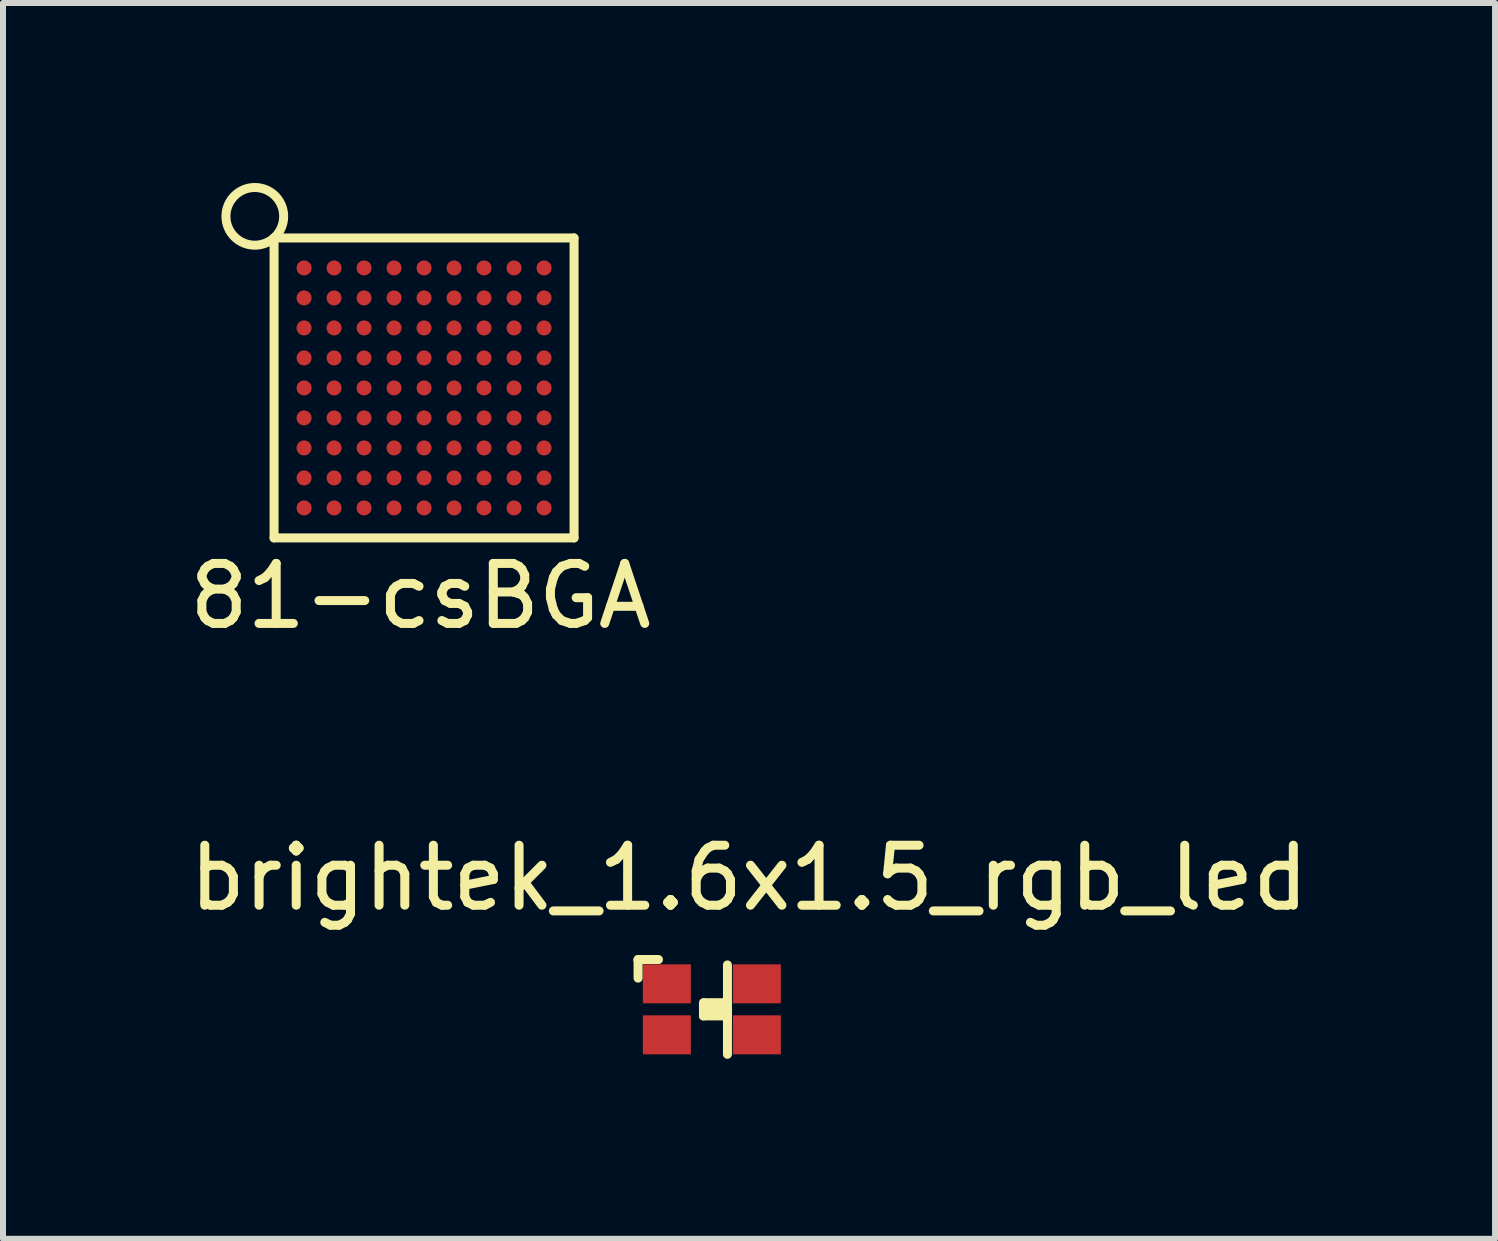
<source format=kicad_pcb>
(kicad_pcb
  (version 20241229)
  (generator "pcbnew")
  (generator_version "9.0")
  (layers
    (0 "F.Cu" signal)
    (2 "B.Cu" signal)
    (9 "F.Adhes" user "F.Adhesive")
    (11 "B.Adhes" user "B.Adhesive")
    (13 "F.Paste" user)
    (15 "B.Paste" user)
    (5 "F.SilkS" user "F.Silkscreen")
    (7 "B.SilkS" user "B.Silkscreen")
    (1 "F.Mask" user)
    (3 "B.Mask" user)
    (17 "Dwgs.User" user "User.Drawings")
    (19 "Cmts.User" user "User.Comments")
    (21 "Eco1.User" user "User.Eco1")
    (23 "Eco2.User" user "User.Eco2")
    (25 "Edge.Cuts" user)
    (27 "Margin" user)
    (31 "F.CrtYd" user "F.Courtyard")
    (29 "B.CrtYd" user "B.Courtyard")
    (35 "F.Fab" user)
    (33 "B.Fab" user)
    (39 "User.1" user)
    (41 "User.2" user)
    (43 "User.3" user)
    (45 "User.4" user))
  (footprint "81-csBGA"
    (layer "F.Cu")
    (at 4.018 3.416)
    (property "Reference" "81-csBGA" (at -0.06 3.47 0) (layer "F.SilkS") (effects (font (size 1 1) (thickness 0.15))))
    (attr through_hole)
    (fp_line (start -2.5 -2.5) (end 2.5 -2.5) (stroke (width 0.15) (type solid)) (layer "F.SilkS"))
    (fp_line (start -2.5 2.5) (end -2.5 -2.5) (stroke (width 0.15) (type solid)) (layer "F.SilkS"))
    (fp_line (start 2.5 -2.5) (end 2.5 2.5) (stroke (width 0.15) (type solid)) (layer "F.SilkS"))
    (fp_line (start 2.5 2.5) (end -2.5 2.5) (stroke (width 0.15) (type solid)) (layer "F.SilkS"))
    (fp_circle (center -2.821 -2.86) (end -2.491 -2.51) (stroke (width 0.15) (type solid)) (fill no) (layer "F.SilkS"))
    (pad "1A" smd circle (at -2 -2) (size 0.25 0.25) (layers "F.Cu" "F.Mask" "F.Paste"))
    (pad "1B" smd circle (at -2 -1.5) (size 0.25 0.25) (layers "F.Cu" "F.Mask" "F.Paste"))
    (pad "1C" smd circle (at -2 -1) (size 0.25 0.25) (layers "F.Cu" "F.Mask" "F.Paste"))
    (pad "1D" smd circle (at -2 -0.5) (size 0.25 0.25) (layers "F.Cu" "F.Mask" "F.Paste"))
    (pad "1E" smd circle (at -2 0) (size 0.25 0.25) (layers "F.Cu" "F.Mask" "F.Paste"))
    (pad "1F" smd circle (at -2 0.5) (size 0.25 0.25) (layers "F.Cu" "F.Mask" "F.Paste"))
    (pad "1G" smd circle (at -2 1) (size 0.25 0.25) (layers "F.Cu" "F.Mask" "F.Paste"))
    (pad "1H" smd circle (at -2 1.5) (size 0.25 0.25) (layers "F.Cu" "F.Mask" "F.Paste"))
    (pad "1J" smd circle (at -2 2) (size 0.25 0.25) (layers "F.Cu" "F.Mask" "F.Paste"))
    (pad "2A" smd circle (at -1.5 -2) (size 0.25 0.25) (layers "F.Cu" "F.Mask" "F.Paste"))
    (pad "2B" smd circle (at -1.5 -1.5) (size 0.25 0.25) (layers "F.Cu" "F.Mask" "F.Paste"))
    (pad "2C" smd circle (at -1.5 -1) (size 0.25 0.25) (layers "F.Cu" "F.Mask" "F.Paste"))
    (pad "2D" smd circle (at -1.5 -0.5) (size 0.25 0.25) (layers "F.Cu" "F.Mask" "F.Paste"))
    (pad "2E" smd circle (at -1.5 0) (size 0.25 0.25) (layers "F.Cu" "F.Mask" "F.Paste"))
    (pad "2F" smd circle (at -1.5 0.5) (size 0.25 0.25) (layers "F.Cu" "F.Mask" "F.Paste"))
    (pad "2G" smd circle (at -1.5 1) (size 0.25 0.25) (layers "F.Cu" "F.Mask" "F.Paste"))
    (pad "2H" smd circle (at -1.5 1.5) (size 0.25 0.25) (layers "F.Cu" "F.Mask" "F.Paste"))
    (pad "2J" smd circle (at -1.5 2) (size 0.25 0.25) (layers "F.Cu" "F.Mask" "F.Paste"))
    (pad "3A" smd circle (at -1 -2) (size 0.25 0.25) (layers "F.Cu" "F.Mask" "F.Paste"))
    (pad "3B" smd circle (at -1 -1.5) (size 0.25 0.25) (layers "F.Cu" "F.Mask" "F.Paste"))
    (pad "3C" smd circle (at -1 -1) (size 0.25 0.25) (layers "F.Cu" "F.Mask" "F.Paste"))
    (pad "3D" smd circle (at -1 -0.5) (size 0.25 0.25) (layers "F.Cu" "F.Mask" "F.Paste"))
    (pad "3E" smd circle (at -1 0) (size 0.25 0.25) (layers "F.Cu" "F.Mask" "F.Paste"))
    (pad "3F" smd circle (at -1 0.5) (size 0.25 0.25) (layers "F.Cu" "F.Mask" "F.Paste"))
    (pad "3G" smd circle (at -1 1) (size 0.25 0.25) (layers "F.Cu" "F.Mask" "F.Paste"))
    (pad "3H" smd circle (at -1 1.5) (size 0.25 0.25) (layers "F.Cu" "F.Mask" "F.Paste"))
    (pad "3J" smd circle (at -1 2) (size 0.25 0.25) (layers "F.Cu" "F.Mask" "F.Paste"))
    (pad "4A" smd circle (at -0.5 -2) (size 0.25 0.25) (layers "F.Cu" "F.Mask" "F.Paste"))
    (pad "4B" smd circle (at -0.5 -1.5) (size 0.25 0.25) (layers "F.Cu" "F.Mask" "F.Paste"))
    (pad "4C" smd circle (at -0.5 -1) (size 0.25 0.25) (layers "F.Cu" "F.Mask" "F.Paste"))
    (pad "4D" smd circle (at -0.5 -0.5) (size 0.25 0.25) (layers "F.Cu" "F.Mask" "F.Paste"))
    (pad "4E" smd circle (at -0.5 0) (size 0.25 0.25) (layers "F.Cu" "F.Mask" "F.Paste"))
    (pad "4F" smd circle (at -0.5 0.5) (size 0.25 0.25) (layers "F.Cu" "F.Mask" "F.Paste"))
    (pad "4G" smd circle (at -0.5 1) (size 0.25 0.25) (layers "F.Cu" "F.Mask" "F.Paste"))
    (pad "4H" smd circle (at -0.5 1.5) (size 0.25 0.25) (layers "F.Cu" "F.Mask" "F.Paste"))
    (pad "4J" smd circle (at -0.5 2) (size 0.25 0.25) (layers "F.Cu" "F.Mask" "F.Paste"))
    (pad "5A" smd circle (at 0 -2) (size 0.25 0.25) (layers "F.Cu" "F.Mask" "F.Paste"))
    (pad "5B" smd circle (at 0 -1.5) (size 0.25 0.25) (layers "F.Cu" "F.Mask" "F.Paste"))
    (pad "5C" smd circle (at 0 -1) (size 0.25 0.25) (layers "F.Cu" "F.Mask" "F.Paste"))
    (pad "5D" smd circle (at 0 -0.5) (size 0.25 0.25) (layers "F.Cu" "F.Mask" "F.Paste"))
    (pad "5E" smd circle (at 0 0) (size 0.25 0.25) (layers "F.Cu" "F.Mask" "F.Paste"))
    (pad "5F" smd circle (at 0 0.5) (size 0.25 0.25) (layers "F.Cu" "F.Mask" "F.Paste"))
    (pad "5G" smd circle (at 0 1) (size 0.25 0.25) (layers "F.Cu" "F.Mask" "F.Paste"))
    (pad "5H" smd circle (at 0 1.5) (size 0.25 0.25) (layers "F.Cu" "F.Mask" "F.Paste"))
    (pad "5J" smd circle (at 0 2) (size 0.25 0.25) (layers "F.Cu" "F.Mask" "F.Paste"))
    (pad "6A" smd circle (at 0.5 -2) (size 0.25 0.25) (layers "F.Cu" "F.Mask" "F.Paste"))
    (pad "6B" smd circle (at 0.5 -1.5) (size 0.25 0.25) (layers "F.Cu" "F.Mask" "F.Paste"))
    (pad "6C" smd circle (at 0.5 -1) (size 0.25 0.25) (layers "F.Cu" "F.Mask" "F.Paste"))
    (pad "6D" smd circle (at 0.5 -0.5) (size 0.25 0.25) (layers "F.Cu" "F.Mask" "F.Paste"))
    (pad "6E" smd circle (at 0.5 0) (size 0.25 0.25) (layers "F.Cu" "F.Mask" "F.Paste"))
    (pad "6F" smd circle (at 0.5 0.5) (size 0.25 0.25) (layers "F.Cu" "F.Mask" "F.Paste"))
    (pad "6G" smd circle (at 0.5 1) (size 0.25 0.25) (layers "F.Cu" "F.Mask" "F.Paste"))
    (pad "6H" smd circle (at 0.5 1.5) (size 0.25 0.25) (layers "F.Cu" "F.Mask" "F.Paste"))
    (pad "6J" smd circle (at 0.5 2) (size 0.25 0.25) (layers "F.Cu" "F.Mask" "F.Paste"))
    (pad "7A" smd circle (at 1 -2) (size 0.25 0.25) (layers "F.Cu" "F.Mask" "F.Paste"))
    (pad "7B" smd circle (at 1 -1.5) (size 0.25 0.25) (layers "F.Cu" "F.Mask" "F.Paste"))
    (pad "7C" smd circle (at 1 -1) (size 0.25 0.25) (layers "F.Cu" "F.Mask" "F.Paste"))
    (pad "7D" smd circle (at 1 -0.5) (size 0.25 0.25) (layers "F.Cu" "F.Mask" "F.Paste"))
    (pad "7E" smd circle (at 1 0) (size 0.25 0.25) (layers "F.Cu" "F.Mask" "F.Paste"))
    (pad "7F" smd circle (at 1 0.5) (size 0.25 0.25) (layers "F.Cu" "F.Mask" "F.Paste"))
    (pad "7G" smd circle (at 1 1) (size 0.25 0.25) (layers "F.Cu" "F.Mask" "F.Paste"))
    (pad "7H" smd circle (at 1 1.5) (size 0.25 0.25) (layers "F.Cu" "F.Mask" "F.Paste"))
    (pad "7J" smd circle (at 1 2) (size 0.25 0.25) (layers "F.Cu" "F.Mask" "F.Paste"))
    (pad "8A" smd circle (at 1.5 -2) (size 0.25 0.25) (layers "F.Cu" "F.Mask" "F.Paste"))
    (pad "8B" smd circle (at 1.5 -1.5) (size 0.25 0.25) (layers "F.Cu" "F.Mask" "F.Paste"))
    (pad "8C" smd circle (at 1.5 -1) (size 0.25 0.25) (layers "F.Cu" "F.Mask" "F.Paste"))
    (pad "8D" smd circle (at 1.5 -0.5) (size 0.25 0.25) (layers "F.Cu" "F.Mask" "F.Paste"))
    (pad "8E" smd circle (at 1.5 0) (size 0.25 0.25) (layers "F.Cu" "F.Mask" "F.Paste"))
    (pad "8F" smd circle (at 1.5 0.5) (size 0.25 0.25) (layers "F.Cu" "F.Mask" "F.Paste"))
    (pad "8G" smd circle (at 1.5 1) (size 0.25 0.25) (layers "F.Cu" "F.Mask" "F.Paste"))
    (pad "8H" smd circle (at 1.5 1.5) (size 0.25 0.25) (layers "F.Cu" "F.Mask" "F.Paste"))
    (pad "8J" smd circle (at 1.5 2) (size 0.25 0.25) (layers "F.Cu" "F.Mask" "F.Paste"))
    (pad "9A" smd circle (at 2 -2) (size 0.25 0.25) (layers "F.Cu" "F.Mask" "F.Paste"))
    (pad "9B" smd circle (at 2 -1.5) (size 0.25 0.25) (layers "F.Cu" "F.Mask" "F.Paste"))
    (pad "9C" smd circle (at 2 -1) (size 0.25 0.25) (layers "F.Cu" "F.Mask" "F.Paste"))
    (pad "9D" smd circle (at 2 -0.5) (size 0.25 0.25) (layers "F.Cu" "F.Mask" "F.Paste"))
    (pad "9E" smd circle (at 2 0) (size 0.25 0.25) (layers "F.Cu" "F.Mask" "F.Paste"))
    (pad "9F" smd circle (at 2 0.5) (size 0.25 0.25) (layers "F.Cu" "F.Mask" "F.Paste"))
    (pad "9G" smd circle (at 2 1) (size 0.25 0.25) (layers "F.Cu" "F.Mask" "F.Paste"))
    (pad "9H" smd circle (at 2 1.5) (size 0.25 0.25) (layers "F.Cu" "F.Mask" "F.Paste"))
    (pad "9J" smd circle (at 2 2) (size 0.25 0.25) (layers "F.Cu" "F.Mask" "F.Paste")))
  (footprint "brightek_1.6x1.5_rgb_led"
    (layer "F.Cu")
    (at 8.815 13.773)
    (property "Reference" "brightek_1.6x1.5_rgb_led" (at 0.62 -2.19 0) (layer "F.SilkS") (effects (font (size 1 1) (thickness 0.15))))
    (attr through_hole)
    (fp_line (start -1.23 -0.83) (end -0.89 -0.83) (stroke (width 0.15) (type solid)) (layer "F.SilkS"))
    (fp_line (start -1.23 -0.82) (end -1.23 -0.83) (stroke (width 0.15) (type solid)) (layer "F.SilkS"))
    (fp_line (start -1.23 -0.52) (end -1.23 -0.82) (stroke (width 0.15) (type solid)) (layer "F.SilkS"))
    (fp_line (start -0.14 -0.11) (end -0.14 0.11) (stroke (width 0.15) (type solid)) (layer "F.SilkS"))
    (fp_line (start -0.14 0.11) (end 0.26 0.11) (stroke (width 0.15) (type solid)) (layer "F.SilkS"))
    (fp_line (start 0.26 -0.74) (end 0.26 0.75) (stroke (width 0.15) (type solid)) (layer "F.SilkS"))
    (fp_line (start 0.26 -0.11) (end -0.13 -0.11) (stroke (width 0.15) (type solid)) (layer "F.SilkS"))
    (fp_line (start 0.26 0) (end -0.03 0) (stroke (width 0.15) (type solid)) (layer "F.SilkS"))
    (pad "1" smd rect (at 0.75 -0.425) (size 0.8 0.65) (layers "F.Cu" "F.Mask" "F.Paste"))
    (pad "2" smd rect (at 0.75 0.425) (size 0.8 0.65) (layers "F.Cu" "F.Mask" "F.Paste"))
    (pad "3" smd rect (at -0.75 0.425) (size 0.8 0.65) (layers "F.Cu" "F.Mask" "F.Paste"))
    (pad "4" smd rect (at -0.75 -0.425) (size 0.8 0.65) (layers "F.Cu" "F.Mask" "F.Paste")))
  (gr_rect
    (start -3 -3)
    (end 21.869 17.598)
    (stroke (width 0.1) (type default))
    (fill no)
    (layer "Edge.Cuts")))
</source>
